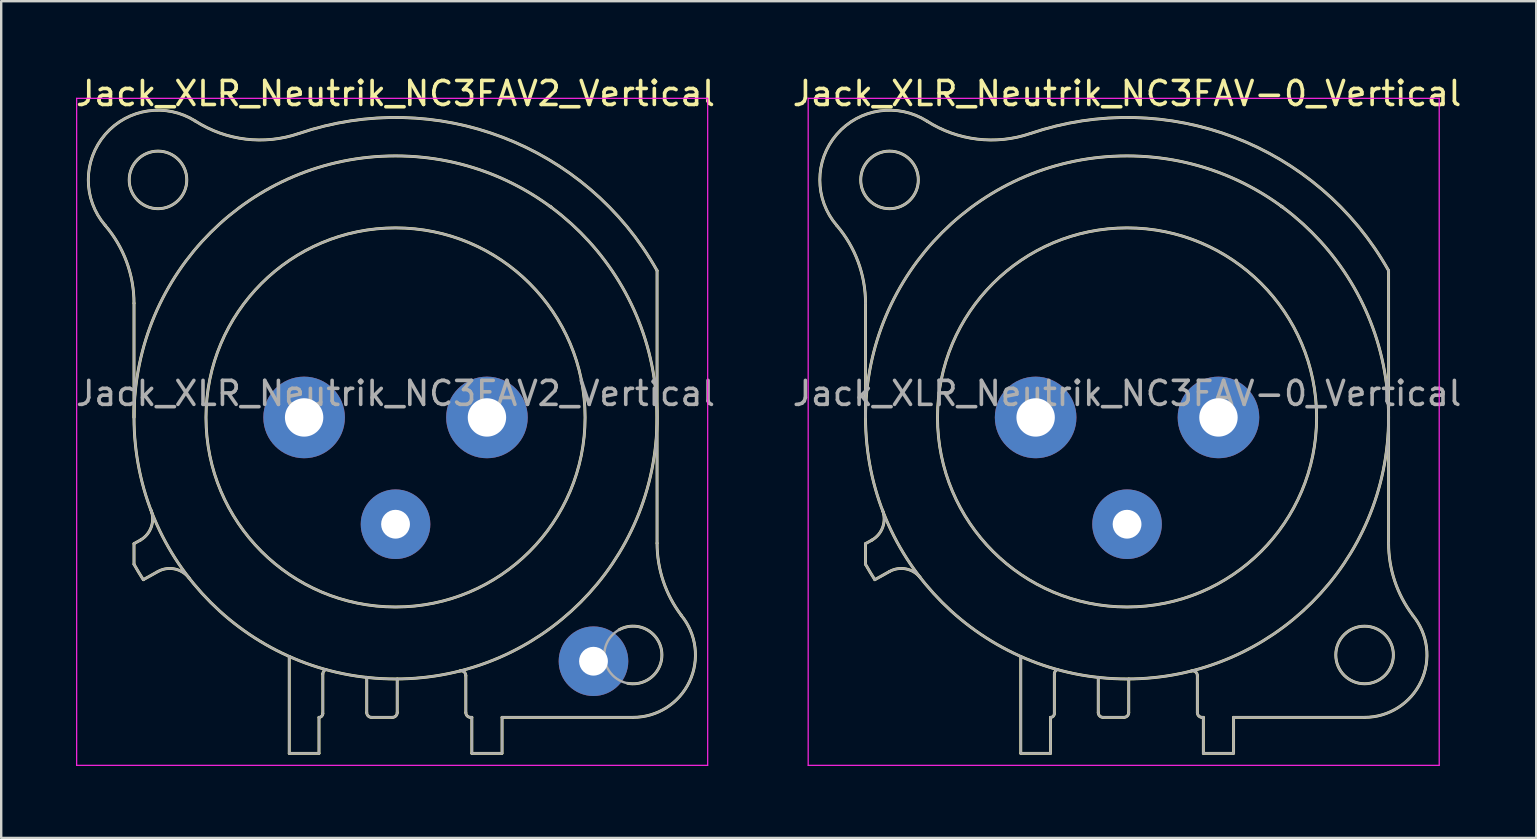
<source format=kicad_pcb>
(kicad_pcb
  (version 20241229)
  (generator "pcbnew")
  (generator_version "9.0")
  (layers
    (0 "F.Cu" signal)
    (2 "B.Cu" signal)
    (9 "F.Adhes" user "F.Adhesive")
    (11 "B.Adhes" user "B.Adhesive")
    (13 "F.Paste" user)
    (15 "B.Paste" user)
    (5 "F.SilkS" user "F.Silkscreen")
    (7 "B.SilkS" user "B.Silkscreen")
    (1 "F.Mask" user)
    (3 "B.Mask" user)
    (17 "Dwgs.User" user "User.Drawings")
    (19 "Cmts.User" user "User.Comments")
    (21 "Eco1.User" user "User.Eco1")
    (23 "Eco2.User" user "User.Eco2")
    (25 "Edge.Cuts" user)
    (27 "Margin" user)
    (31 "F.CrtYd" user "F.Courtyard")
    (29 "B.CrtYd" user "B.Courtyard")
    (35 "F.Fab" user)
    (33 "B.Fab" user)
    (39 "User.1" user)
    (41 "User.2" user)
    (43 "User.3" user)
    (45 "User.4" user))
  (footprint "Jack_XLR_Neutrik_NC3FAV-0_Vertical"
    (layer "F.Cu")
    (at 47.733 14.348)
    (property "Reference" "Jack_XLR_Neutrik_NC3FAV-0_Vertical" (at -3.81 -13.5 0) (layer "F.SilkS") (effects (font (size 1 1) (thickness 0.15))))
    (attr through_hole)
    (fp_line (start -14.71 0) (end -14.71 -4.76) (stroke (width 0.12) (type solid)) (layer "F.SilkS"))
    (fp_line (start -14.71 5.26) (end -14.71 6.12) (stroke (width 0.12) (type solid)) (layer "F.SilkS"))
    (fp_line (start -14.44 5.11) (end -14.71 5.26) (stroke (width 0.12) (type solid)) (layer "F.SilkS"))
    (fp_line (start -14.32 6.76) (end -13.71 6.42) (stroke (width 0.12) (type solid)) (layer "F.SilkS"))
    (fp_line (start -8.24 9.96) (end -8.24 14) (stroke (width 0.12) (type solid)) (layer "F.SilkS"))
    (fp_line (start -7 12.5) (end -7 14) (stroke (width 0.12) (type solid)) (layer "F.SilkS"))
    (fp_line (start -7 14) (end -8.24 14) (stroke (width 0.12) (type solid)) (layer "F.SilkS"))
    (fp_line (start -6.84 12.34) (end -6.84 10.69) (stroke (width 0.12) (type solid)) (layer "F.SilkS"))
    (fp_line (start -5.01 10.83) (end -5.01 12.3) (stroke (width 0.12) (type solid)) (layer "F.SilkS"))
    (fp_line (start -3.94 12.5) (end -4.81 12.5) (stroke (width 0.12) (type solid)) (layer "F.SilkS"))
    (fp_line (start -3.74 10.9) (end -3.74 12.3) (stroke (width 0.12) (type solid)) (layer "F.SilkS"))
    (fp_line (start -0.88 12.3) (end -0.88 10.76) (stroke (width 0.12) (type solid)) (layer "F.SilkS"))
    (fp_line (start -0.63 12.5) (end -0.68 12.5) (stroke (width 0.12) (type solid)) (layer "F.SilkS"))
    (fp_line (start -0.63 12.5) (end -0.63 14) (stroke (width 0.12) (type solid)) (layer "F.SilkS"))
    (fp_line (start 0.62 14) (end -0.63 14) (stroke (width 0.12) (type solid)) (layer "F.SilkS"))
    (fp_line (start 0.63 12.5) (end 6.09 12.5) (stroke (width 0.12) (type solid)) (layer "F.SilkS"))
    (fp_line (start 0.63 14) (end 0.63 12.5) (stroke (width 0.12) (type solid)) (layer "F.SilkS"))
    (fp_line (start 7.09 5.24) (end 7.09 -6.12) (stroke (width 0.12) (type solid)) (layer "F.SilkS"))
    (fp_arc (start -15.908829 -8.000856) (mid -15.019313 -6.48774) (end -14.71 -4.76) (stroke (width 0.12) (type solid)) (layer "F.SilkS"))
    (fp_arc (start -15.908236 -8.001617) (mid -15.907486 -11.799251) (end -12.15 -12.35) (stroke (width 0.12) (type solid)) (layer "F.SilkS"))
    (fp_arc (start -14.32314 6.763008) (mid -14.521396 6.444407) (end -14.71 6.12) (stroke (width 0.12) (type solid)) (layer "F.SilkS"))
    (fp_arc (start -14.004283 3.855674) (mid -13.989213 4.56375) (end -14.44 5.11) (stroke (width 0.12) (type solid)) (layer "F.SilkS"))
    (fp_arc (start -13.71 6.42) (mid -13.01025 6.315915) (end -12.412202 6.693832) (stroke (width 0.12) (type solid)) (layer "F.SilkS"))
    (fp_arc (start -7.848035 -11.831177) (mid -10.058192 -11.599923) (end -12.15 -12.35) (stroke (width 0.12) (type solid)) (layer "F.SilkS"))
    (fp_arc (start -7.841153 -11.83276) (mid 0.657009 -11.675197) (end 7.09 -6.12) (stroke (width 0.12) (type solid)) (layer "F.SilkS"))
    (fp_arc (start -6.84 10.69) (mid -6.803713 10.578321) (end -6.708713 10.509299) (stroke (width 0.12) (type solid)) (layer "F.SilkS"))
    (fp_arc (start -6.84 12.34) (mid -6.886863 12.453137) (end -7 12.5) (stroke (width 0.12) (type solid)) (layer "F.SilkS"))
    (fp_arc (start -4.81 12.5) (mid -4.951421 12.441421) (end -5.01 12.3) (stroke (width 0.12) (type solid)) (layer "F.SilkS"))
    (fp_arc (start -3.74 12.3) (mid -3.798579 12.441421) (end -3.94 12.5) (stroke (width 0.12) (type solid)) (layer "F.SilkS"))
    (fp_arc (start -1.1294 10.566197) (mid -0.957281 10.602076) (end -0.88 10.76) (stroke (width 0.12) (type solid)) (layer "F.SilkS"))
    (fp_arc (start -0.68 12.5) (mid -0.821421 12.441421) (end -0.88 12.3) (stroke (width 0.12) (type solid)) (layer "F.SilkS"))
    (fp_arc (start 2.636924 -8.782671) (mid 2.628394 -8.791269) (end 2.62 -8.8) (stroke (width 0.12) (type solid)) (layer "F.SilkS"))
    (fp_arc (start 2.680052 -8.767734) (mid 2.65973 -8.7835) (end 2.64 -8.8) (stroke (width 0.12) (type solid)) (layer "F.SilkS"))
    (fp_arc (start 8.095865 8.245761) (mid 8.441704 11.008824) (end 6.09 12.5) (stroke (width 0.12) (type solid)) (layer "F.SilkS"))
    (fp_arc (start 8.098032 8.243976) (mid 7.348729 6.824298) (end 7.09 5.24) (stroke (width 0.12) (type solid)) (layer "F.SilkS"))
    (fp_circle (center -13.71 -9.9) (end -12.51 -9.9) (stroke (width 0.12) (type solid)) (fill no) (layer "F.SilkS"))
    (fp_circle (center -3.81 0) (end 4.09 0) (stroke (width 0.12) (type solid)) (fill no) (layer "F.SilkS"))
    (fp_circle (center -3.81 0) (end 7.09 0) (stroke (width 0.12) (type solid)) (fill no) (layer "F.SilkS"))
    (fp_circle (center 6.09 9.9) (end 7.29 9.9) (stroke (width 0.12) (type solid)) (fill no) (layer "F.SilkS"))
    (fp_line (start -17.1 -13.3) (end 9.2 -13.3) (stroke (width 0.05) (type solid)) (layer "F.CrtYd"))
    (fp_line (start -17.1 14.5) (end -17.1 -13.3) (stroke (width 0.05) (type solid)) (layer "F.CrtYd"))
    (fp_line (start 9.2 -13.3) (end 9.2 14.5) (stroke (width 0.05) (type solid)) (layer "F.CrtYd"))
    (fp_line (start 9.2 14.5) (end -17.1 14.5) (stroke (width 0.05) (type solid)) (layer "F.CrtYd"))
    (fp_line (start -14.71 0) (end -14.71 -4.76) (stroke (width 0.1) (type solid)) (layer "F.Fab"))
    (fp_line (start -14.71 5.26) (end -14.71 6.12) (stroke (width 0.1) (type solid)) (layer "F.Fab"))
    (fp_line (start -14.44 5.11) (end -14.71 5.26) (stroke (width 0.1) (type solid)) (layer "F.Fab"))
    (fp_line (start -14.32 6.76) (end -13.71 6.42) (stroke (width 0.1) (type solid)) (layer "F.Fab"))
    (fp_line (start -8.24 9.96) (end -8.24 14) (stroke (width 0.1) (type solid)) (layer "F.Fab"))
    (fp_line (start -7 12.5) (end -7 14) (stroke (width 0.1) (type solid)) (layer "F.Fab"))
    (fp_line (start -7 14) (end -8.24 14) (stroke (width 0.1) (type solid)) (layer "F.Fab"))
    (fp_line (start -6.84 12.34) (end -6.84 10.69) (stroke (width 0.1) (type solid)) (layer "F.Fab"))
    (fp_line (start -5.01 10.83) (end -5.01 12.3) (stroke (width 0.1) (type solid)) (layer "F.Fab"))
    (fp_line (start -3.94 12.5) (end -4.81 12.5) (stroke (width 0.1) (type solid)) (layer "F.Fab"))
    (fp_line (start -3.74 10.9) (end -3.74 12.3) (stroke (width 0.1) (type solid)) (layer "F.Fab"))
    (fp_line (start -0.88 12.3) (end -0.88 10.76) (stroke (width 0.1) (type solid)) (layer "F.Fab"))
    (fp_line (start -0.63 12.5) (end -0.68 12.5) (stroke (width 0.1) (type solid)) (layer "F.Fab"))
    (fp_line (start -0.63 12.5) (end -0.63 14) (stroke (width 0.1) (type solid)) (layer "F.Fab"))
    (fp_line (start 0.62 14) (end -0.63 14) (stroke (width 0.1) (type solid)) (layer "F.Fab"))
    (fp_line (start 0.63 12.5) (end 6.09 12.5) (stroke (width 0.1) (type solid)) (layer "F.Fab"))
    (fp_line (start 0.63 14) (end 0.63 12.5) (stroke (width 0.1) (type solid)) (layer "F.Fab"))
    (fp_line (start 7.09 5.24) (end 7.09 -6.12) (stroke (width 0.1) (type solid)) (layer "F.Fab"))
    (fp_arc (start -15.908829 -8.000856) (mid -15.019313 -6.48774) (end -14.71 -4.76) (stroke (width 0.1) (type solid)) (layer "F.Fab"))
    (fp_arc (start -15.908236 -8.001617) (mid -15.907486 -11.799251) (end -12.15 -12.35) (stroke (width 0.1) (type solid)) (layer "F.Fab"))
    (fp_arc (start -14.32314 6.763008) (mid -14.521396 6.444407) (end -14.71 6.12) (stroke (width 0.1) (type solid)) (layer "F.Fab"))
    (fp_arc (start -14.004283 3.855674) (mid -13.989213 4.56375) (end -14.44 5.11) (stroke (width 0.1) (type solid)) (layer "F.Fab"))
    (fp_arc (start -13.71 6.42) (mid -13.01025 6.315915) (end -12.412202 6.693832) (stroke (width 0.1) (type solid)) (layer "F.Fab"))
    (fp_arc (start -7.848035 -11.831177) (mid -10.058192 -11.599923) (end -12.15 -12.35) (stroke (width 0.1) (type solid)) (layer "F.Fab"))
    (fp_arc (start -7.841153 -11.83276) (mid 0.657009 -11.675197) (end 7.09 -6.12) (stroke (width 0.1) (type solid)) (layer "F.Fab"))
    (fp_arc (start -6.84 10.69) (mid -6.803713 10.578321) (end -6.708713 10.509299) (stroke (width 0.1) (type solid)) (layer "F.Fab"))
    (fp_arc (start -6.84 12.34) (mid -6.886863 12.453137) (end -7 12.5) (stroke (width 0.1) (type solid)) (layer "F.Fab"))
    (fp_arc (start -4.81 12.5) (mid -4.951421 12.441421) (end -5.01 12.3) (stroke (width 0.1) (type solid)) (layer "F.Fab"))
    (fp_arc (start -3.74 12.3) (mid -3.798579 12.441421) (end -3.94 12.5) (stroke (width 0.1) (type solid)) (layer "F.Fab"))
    (fp_arc (start -1.1294 10.566197) (mid -0.957281 10.602076) (end -0.88 10.76) (stroke (width 0.1) (type solid)) (layer "F.Fab"))
    (fp_arc (start -0.68 12.5) (mid -0.821421 12.441421) (end -0.88 12.3) (stroke (width 0.1) (type solid)) (layer "F.Fab"))
    (fp_arc (start 2.636924 -8.782671) (mid 2.628394 -8.791269) (end 2.62 -8.8) (stroke (width 0.1) (type solid)) (layer "F.Fab"))
    (fp_arc (start 2.680052 -8.767734) (mid 2.65973 -8.7835) (end 2.64 -8.8) (stroke (width 0.1) (type solid)) (layer "F.Fab"))
    (fp_arc (start 8.095865 8.245761) (mid 8.441704 11.008824) (end 6.09 12.5) (stroke (width 0.1) (type solid)) (layer "F.Fab"))
    (fp_arc (start 8.098032 8.243976) (mid 7.348729 6.824298) (end 7.09 5.24) (stroke (width 0.1) (type solid)) (layer "F.Fab"))
    (fp_circle (center -13.71 -9.9) (end -12.51 -9.9) (stroke (width 0.1) (type solid)) (fill no) (layer "F.Fab"))
    (fp_circle (center -3.81 0) (end 4.09 0) (stroke (width 0.1) (type solid)) (fill no) (layer "F.Fab"))
    (fp_circle (center -3.81 0) (end 7.09 0) (stroke (width 0.1) (type solid)) (fill no) (layer "F.Fab"))
    (fp_circle (center 6.09 9.9) (end 7.29 9.9) (stroke (width 0.1) (type solid)) (fill no) (layer "F.Fab"))
    (fp_text user "${REFERENCE}" (at -3.81 -1 0) (layer "F.Fab") (effects (font (size 1 1) (thickness 0.15))))
    (pad "1" thru_hole circle (at 0 0) (size 3.4 3.4) (drill 1.6) (layers "*.Cu" "*.Mask"))
    (pad "2" thru_hole circle (at -7.62 0) (size 3.4 3.4) (drill 1.6) (layers "*.Cu" "*.Mask"))
    (pad "3" thru_hole circle (at -3.81 4.45) (size 2.9 2.9) (drill 1.2) (layers "*.Cu" "*.Mask")))
  (footprint "Jack_XLR_Neutrik_NC3FAV2_Vertical"
    (layer "F.Cu")
    (at 17.245 14.348)
    (property "Reference" "Jack_XLR_Neutrik_NC3FAV2_Vertical" (at -3.81 -13.5 0) (layer "F.SilkS") (effects (font (size 1 1) (thickness 0.15))))
    (attr through_hole)
    (fp_line (start -14.71 0) (end -14.71 -4.76) (stroke (width 0.12) (type solid)) (layer "F.SilkS"))
    (fp_line (start -14.71 5.26) (end -14.71 6.12) (stroke (width 0.12) (type solid)) (layer "F.SilkS"))
    (fp_line (start -14.44 5.11) (end -14.71 5.26) (stroke (width 0.12) (type solid)) (layer "F.SilkS"))
    (fp_line (start -14.32 6.76) (end -13.71 6.42) (stroke (width 0.12) (type solid)) (layer "F.SilkS"))
    (fp_line (start -8.24 9.96) (end -8.24 14) (stroke (width 0.12) (type solid)) (layer "F.SilkS"))
    (fp_line (start -7 12.5) (end -7 14) (stroke (width 0.12) (type solid)) (layer "F.SilkS"))
    (fp_line (start -7 14) (end -8.24 14) (stroke (width 0.12) (type solid)) (layer "F.SilkS"))
    (fp_line (start -6.84 12.34) (end -6.84 10.69) (stroke (width 0.12) (type solid)) (layer "F.SilkS"))
    (fp_line (start -5.01 10.83) (end -5.01 12.3) (stroke (width 0.12) (type solid)) (layer "F.SilkS"))
    (fp_line (start -3.94 12.5) (end -4.81 12.5) (stroke (width 0.12) (type solid)) (layer "F.SilkS"))
    (fp_line (start -3.74 10.9) (end -3.74 12.3) (stroke (width 0.12) (type solid)) (layer "F.SilkS"))
    (fp_line (start -0.88 12.3) (end -0.88 10.76) (stroke (width 0.12) (type solid)) (layer "F.SilkS"))
    (fp_line (start -0.63 12.5) (end -0.68 12.5) (stroke (width 0.12) (type solid)) (layer "F.SilkS"))
    (fp_line (start -0.63 12.5) (end -0.63 14) (stroke (width 0.12) (type solid)) (layer "F.SilkS"))
    (fp_line (start 0.62 14) (end -0.63 14) (stroke (width 0.12) (type solid)) (layer "F.SilkS"))
    (fp_line (start 0.63 12.5) (end 6.09 12.5) (stroke (width 0.12) (type solid)) (layer "F.SilkS"))
    (fp_line (start 0.63 14) (end 0.63 12.5) (stroke (width 0.12) (type solid)) (layer "F.SilkS"))
    (fp_line (start 7.09 5.24) (end 7.09 -6.12) (stroke (width 0.12) (type solid)) (layer "F.SilkS"))
    (fp_arc (start -15.908829 -8.000856) (mid -15.019313 -6.48774) (end -14.71 -4.76) (stroke (width 0.12) (type solid)) (layer "F.SilkS"))
    (fp_arc (start -15.908236 -8.001617) (mid -15.907486 -11.799251) (end -12.15 -12.35) (stroke (width 0.12) (type solid)) (layer "F.SilkS"))
    (fp_arc (start -14.32314 6.763008) (mid -14.521396 6.444407) (end -14.71 6.12) (stroke (width 0.12) (type solid)) (layer "F.SilkS"))
    (fp_arc (start -14.004283 3.855674) (mid -13.989213 4.56375) (end -14.44 5.11) (stroke (width 0.12) (type solid)) (layer "F.SilkS"))
    (fp_arc (start -13.71 6.42) (mid -13.01025 6.315915) (end -12.412202 6.693832) (stroke (width 0.12) (type solid)) (layer "F.SilkS"))
    (fp_arc (start -7.848035 -11.831177) (mid -10.058192 -11.599923) (end -12.15 -12.35) (stroke (width 0.12) (type solid)) (layer "F.SilkS"))
    (fp_arc (start -7.841153 -11.83276) (mid 0.657009 -11.675197) (end 7.09 -6.12) (stroke (width 0.12) (type solid)) (layer "F.SilkS"))
    (fp_arc (start -6.84 10.69) (mid -6.803713 10.578321) (end -6.708713 10.509299) (stroke (width 0.12) (type solid)) (layer "F.SilkS"))
    (fp_arc (start -6.84 12.34) (mid -6.886863 12.453137) (end -7 12.5) (stroke (width 0.12) (type solid)) (layer "F.SilkS"))
    (fp_arc (start -4.81 12.5) (mid -4.951421 12.441421) (end -5.01 12.3) (stroke (width 0.12) (type solid)) (layer "F.SilkS"))
    (fp_arc (start -3.74 12.3) (mid -3.798579 12.441421) (end -3.94 12.5) (stroke (width 0.12) (type solid)) (layer "F.SilkS"))
    (fp_arc (start -1.1294 10.566197) (mid -0.957281 10.602076) (end -0.88 10.76) (stroke (width 0.12) (type solid)) (layer "F.SilkS"))
    (fp_arc (start -0.68 12.5) (mid -0.821421 12.441421) (end -0.88 12.3) (stroke (width 0.12) (type solid)) (layer "F.SilkS"))
    (fp_arc (start 2.636924 -8.782671) (mid 2.628394 -8.791269) (end 2.62 -8.8) (stroke (width 0.12) (type solid)) (layer "F.SilkS"))
    (fp_arc (start 2.680052 -8.767734) (mid 2.65973 -8.7835) (end 2.64 -8.8) (stroke (width 0.12) (type solid)) (layer "F.SilkS"))
    (fp_arc (start 5.507701 8.848226) (mid 7.277502 9.712546) (end 5.86 11.08) (stroke (width 0.12) (type solid)) (layer "F.SilkS"))
    (fp_arc (start 8.095865 8.245761) (mid 8.441704 11.008824) (end 6.09 12.5) (stroke (width 0.12) (type solid)) (layer "F.SilkS"))
    (fp_arc (start 8.098032 8.243976) (mid 7.348729 6.824298) (end 7.09 5.24) (stroke (width 0.12) (type solid)) (layer "F.SilkS"))
    (fp_circle (center -13.71 -9.9) (end -12.51 -9.9) (stroke (width 0.12) (type solid)) (fill no) (layer "F.SilkS"))
    (fp_circle (center -3.81 0) (end 4.09 0) (stroke (width 0.12) (type solid)) (fill no) (layer "F.SilkS"))
    (fp_circle (center -3.81 0) (end 7.09 0) (stroke (width 0.12) (type solid)) (fill no) (layer "F.SilkS"))
    (fp_line (start -17.1 -13.3) (end 9.2 -13.3) (stroke (width 0.05) (type solid)) (layer "F.CrtYd"))
    (fp_line (start -17.1 14.5) (end -17.1 -13.3) (stroke (width 0.05) (type solid)) (layer "F.CrtYd"))
    (fp_line (start 9.2 -13.3) (end 9.2 14.5) (stroke (width 0.05) (type solid)) (layer "F.CrtYd"))
    (fp_line (start 9.2 14.5) (end -17.1 14.5) (stroke (width 0.05) (type solid)) (layer "F.CrtYd"))
    (fp_line (start -14.71 0) (end -14.71 -4.76) (stroke (width 0.1) (type solid)) (layer "F.Fab"))
    (fp_line (start -14.71 5.26) (end -14.71 6.12) (stroke (width 0.1) (type solid)) (layer "F.Fab"))
    (fp_line (start -14.44 5.11) (end -14.71 5.26) (stroke (width 0.1) (type solid)) (layer "F.Fab"))
    (fp_line (start -14.32 6.76) (end -13.71 6.42) (stroke (width 0.1) (type solid)) (layer "F.Fab"))
    (fp_line (start -8.24 9.96) (end -8.24 14) (stroke (width 0.1) (type solid)) (layer "F.Fab"))
    (fp_line (start -7 12.5) (end -7 14) (stroke (width 0.1) (type solid)) (layer "F.Fab"))
    (fp_line (start -7 14) (end -8.24 14) (stroke (width 0.1) (type solid)) (layer "F.Fab"))
    (fp_line (start -6.84 12.34) (end -6.84 10.69) (stroke (width 0.1) (type solid)) (layer "F.Fab"))
    (fp_line (start -5.01 10.83) (end -5.01 12.3) (stroke (width 0.1) (type solid)) (layer "F.Fab"))
    (fp_line (start -3.94 12.5) (end -4.81 12.5) (stroke (width 0.1) (type solid)) (layer "F.Fab"))
    (fp_line (start -3.74 10.9) (end -3.74 12.3) (stroke (width 0.1) (type solid)) (layer "F.Fab"))
    (fp_line (start -0.88 12.3) (end -0.88 10.76) (stroke (width 0.1) (type solid)) (layer "F.Fab"))
    (fp_line (start -0.63 12.5) (end -0.68 12.5) (stroke (width 0.1) (type solid)) (layer "F.Fab"))
    (fp_line (start -0.63 12.5) (end -0.63 14) (stroke (width 0.1) (type solid)) (layer "F.Fab"))
    (fp_line (start 0.62 14) (end -0.63 14) (stroke (width 0.1) (type solid)) (layer "F.Fab"))
    (fp_line (start 0.63 12.5) (end 6.09 12.5) (stroke (width 0.1) (type solid)) (layer "F.Fab"))
    (fp_line (start 0.63 14) (end 0.63 12.5) (stroke (width 0.1) (type solid)) (layer "F.Fab"))
    (fp_line (start 7.09 5.24) (end 7.09 -6.12) (stroke (width 0.1) (type solid)) (layer "F.Fab"))
    (fp_arc (start -15.908829 -8.000856) (mid -15.019313 -6.48774) (end -14.71 -4.76) (stroke (width 0.1) (type solid)) (layer "F.Fab"))
    (fp_arc (start -15.908236 -8.001617) (mid -15.907486 -11.799251) (end -12.15 -12.35) (stroke (width 0.1) (type solid)) (layer "F.Fab"))
    (fp_arc (start -14.32314 6.763008) (mid -14.521396 6.444407) (end -14.71 6.12) (stroke (width 0.1) (type solid)) (layer "F.Fab"))
    (fp_arc (start -14.004283 3.855674) (mid -13.989213 4.56375) (end -14.44 5.11) (stroke (width 0.1) (type solid)) (layer "F.Fab"))
    (fp_arc (start -13.71 6.42) (mid -13.01025 6.315915) (end -12.412202 6.693832) (stroke (width 0.1) (type solid)) (layer "F.Fab"))
    (fp_arc (start -7.848035 -11.831177) (mid -10.058192 -11.599923) (end -12.15 -12.35) (stroke (width 0.1) (type solid)) (layer "F.Fab"))
    (fp_arc (start -7.841153 -11.83276) (mid 0.657009 -11.675197) (end 7.09 -6.12) (stroke (width 0.1) (type solid)) (layer "F.Fab"))
    (fp_arc (start -6.84 10.69) (mid -6.803713 10.578321) (end -6.708713 10.509299) (stroke (width 0.1) (type solid)) (layer "F.Fab"))
    (fp_arc (start -6.84 12.34) (mid -6.886863 12.453137) (end -7 12.5) (stroke (width 0.1) (type solid)) (layer "F.Fab"))
    (fp_arc (start -4.81 12.5) (mid -4.951421 12.441421) (end -5.01 12.3) (stroke (width 0.1) (type solid)) (layer "F.Fab"))
    (fp_arc (start -3.74 12.3) (mid -3.798579 12.441421) (end -3.94 12.5) (stroke (width 0.1) (type solid)) (layer "F.Fab"))
    (fp_arc (start -1.1294 10.566197) (mid -0.957281 10.602076) (end -0.88 10.76) (stroke (width 0.1) (type solid)) (layer "F.Fab"))
    (fp_arc (start -0.68 12.5) (mid -0.821421 12.441421) (end -0.88 12.3) (stroke (width 0.1) (type solid)) (layer "F.Fab"))
    (fp_arc (start 2.636924 -8.782671) (mid 2.628394 -8.791269) (end 2.62 -8.8) (stroke (width 0.1) (type solid)) (layer "F.Fab"))
    (fp_arc (start 2.680052 -8.767734) (mid 2.65973 -8.7835) (end 2.64 -8.8) (stroke (width 0.1) (type solid)) (layer "F.Fab"))
    (fp_arc (start 8.095865 8.245761) (mid 8.441704 11.008824) (end 6.09 12.5) (stroke (width 0.1) (type solid)) (layer "F.Fab"))
    (fp_arc (start 8.098032 8.243976) (mid 7.348729 6.824298) (end 7.09 5.24) (stroke (width 0.1) (type solid)) (layer "F.Fab"))
    (fp_circle (center -13.71 -9.9) (end -12.51 -9.9) (stroke (width 0.1) (type solid)) (fill no) (layer "F.Fab"))
    (fp_circle (center -3.81 0) (end 4.09 0) (stroke (width 0.1) (type solid)) (fill no) (layer "F.Fab"))
    (fp_circle (center -3.81 0) (end 7.09 0) (stroke (width 0.1) (type solid)) (fill no) (layer "F.Fab"))
    (fp_circle (center 6.09 9.9) (end 7.29 9.9) (stroke (width 0.1) (type solid)) (fill no) (layer "F.Fab"))
    (fp_text user "${REFERENCE}" (at -3.81 -1 0) (layer "F.Fab") (effects (font (size 1 1) (thickness 0.15))))
    (pad "1" thru_hole circle (at 0 0) (size 3.4 3.4) (drill 1.6) (layers "*.Cu" "*.Mask"))
    (pad "2" thru_hole circle (at -7.62 0) (size 3.4 3.4) (drill 1.6) (layers "*.Cu" "*.Mask"))
    (pad "3" thru_hole circle (at -3.81 4.45) (size 2.9 2.9) (drill 1.2) (layers "*.Cu" "*.Mask"))
    (pad "G" thru_hole circle (at 4.44 10.16) (size 2.9 2.9) (drill 1.2) (layers "*.Cu" "*.Mask")))
  (gr_rect
    (start -3 -3)
    (end 60.976 31.873)
    (stroke (width 0.1) (type default))
    (fill no)
    (layer "Edge.Cuts")))
</source>
